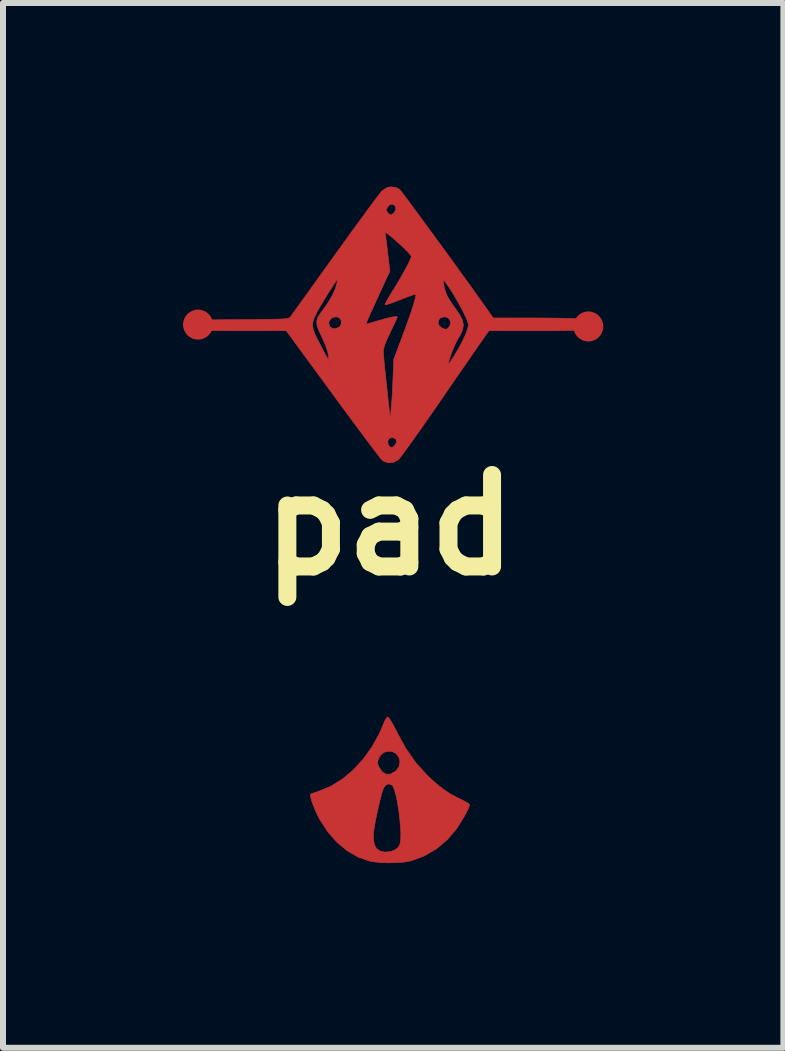
<source format=kicad_pcb>
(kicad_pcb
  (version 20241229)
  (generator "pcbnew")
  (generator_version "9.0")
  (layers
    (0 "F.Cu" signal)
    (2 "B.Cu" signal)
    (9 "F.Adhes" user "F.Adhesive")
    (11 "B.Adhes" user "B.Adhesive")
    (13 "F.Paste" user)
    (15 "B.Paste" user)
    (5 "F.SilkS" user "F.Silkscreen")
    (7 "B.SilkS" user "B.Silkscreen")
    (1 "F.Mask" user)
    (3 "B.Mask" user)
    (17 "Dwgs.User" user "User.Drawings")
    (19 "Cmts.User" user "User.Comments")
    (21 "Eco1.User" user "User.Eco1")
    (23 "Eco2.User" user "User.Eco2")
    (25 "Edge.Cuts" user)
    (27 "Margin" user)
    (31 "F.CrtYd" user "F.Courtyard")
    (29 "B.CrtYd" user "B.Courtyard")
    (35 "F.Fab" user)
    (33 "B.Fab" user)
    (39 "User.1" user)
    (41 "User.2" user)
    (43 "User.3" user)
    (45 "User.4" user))
  (footprint "pad"
    (layer "F.Cu")
    (at 3.444 5.7)
    (property "Reference" "pad" (at 0 0 0) (layer "F.SilkS") (effects (font (size 1.524 1.524) (thickness 0.3))))
    (attr through_hole)
    (fp_poly (pts (xy -0.013 3.214) (xy 0.02 3.264) (xy 0.062 3.338) (xy 0.11 3.429) (xy 0.123 3.455) (xy 0.269 3.722) (xy 0.432 3.955) (xy 0.619 4.164) (xy 0.66 4.203) (xy 0.785 4.316) (xy 0.897 4.405) (xy 1.01 4.479) (xy 1.137 4.547) (xy 1.175 4.565) (xy 1.248 4.602) (xy 1.303 4.634) (xy 1.331 4.657) (xy 1.333 4.661) (xy 1.324 4.688) (xy 1.3 4.743) (xy 1.264 4.815) (xy 1.249 4.844) (xy 1.116 5.059) (xy 0.958 5.244) (xy 0.777 5.396) (xy 0.577 5.513) (xy 0.36 5.593) (xy 0.346 5.597) (xy 0.242 5.615) (xy 0.111 5.625) (xy -0.031 5.628) (xy -0.169 5.622) (xy -0.289 5.609) (xy -0.333 5.6) (xy -0.527 5.532) (xy -0.711 5.425) (xy -0.882 5.283) (xy -0.922 5.237) (xy -0.271 5.237) (xy -0.255 5.328) (xy -0.219 5.391) (xy -0.16 5.432) (xy -0.074 5.45) (xy 0.022 5.439) (xy 0.101 5.405) (xy 0.144 5.368) (xy 0.171 5.316) (xy 0.184 5.241) (xy 0.186 5.137) (xy 0.182 5.059) (xy 0.169 4.906) (xy 0.151 4.758) (xy 0.13 4.622) (xy 0.105 4.504) (xy 0.08 4.412) (xy 0.055 4.352) (xy 0.041 4.334) (xy -0.012 4.312) (xy -0.062 4.329) (xy -0.102 4.383) (xy -0.108 4.399) (xy -0.132 4.471) (xy -0.159 4.574) (xy -0.188 4.695) (xy -0.216 4.822) (xy -0.241 4.944) (xy -0.259 5.049) (xy -0.267 5.113) (xy -0.271 5.237) (xy -0.922 5.237) (xy -1.034 5.109) (xy -1.165 4.907) (xy -1.196 4.848) (xy -1.239 4.755) (xy -1.276 4.665) (xy -1.304 4.584) (xy -1.319 4.522) (xy -1.32 4.489) (xy -1.318 4.486) (xy -1.29 4.472) (xy -1.235 4.452) (xy -1.18 4.434) (xy -0.981 4.352) (xy -0.788 4.232) (xy -0.606 4.079) (xy -0.479 3.94) (xy -0.201 3.94) (xy -0.199 3.982) (xy -0.177 4.037) (xy -0.176 4.039) (xy -0.121 4.116) (xy -0.056 4.153) (xy 0.017 4.148) (xy 0.096 4.102) (xy 0.111 4.089) (xy 0.157 4.023) (xy 0.17 3.948) (xy 0.155 3.875) (xy 0.114 3.815) (xy 0.052 3.776) (xy -0.000429 3.768) (xy -0.087 3.782) (xy -0.149 3.828) (xy -0.183 3.887) (xy -0.201 3.94) (xy -0.479 3.94) (xy -0.44 3.898) (xy -0.292 3.692) (xy -0.169 3.467) (xy -0.104 3.313) (xy -0.076 3.25) (xy -0.049 3.208) (xy -0.032 3.196) (xy -0.013 3.214)) (stroke (width 0.01) (type solid)) (fill yes) (layer "F.Cu"))
    (fp_poly (pts (xy 0.11 -5.623) (xy 0.165 -5.593) (xy 0.184 -5.571) (xy 0.225 -5.518) (xy 0.285 -5.437) (xy 0.363 -5.333) (xy 0.454 -5.209) (xy 0.558 -5.068) (xy 0.67 -4.915) (xy 0.789 -4.752) (xy 0.912 -4.584) (xy 1.036 -4.414) (xy 1.158 -4.244) (xy 1.277 -4.08) (xy 1.389 -3.925) (xy 1.491 -3.782) (xy 1.582 -3.654) (xy 1.617 -3.605) (xy 1.725 -3.452) (xy 2.43 -3.451) (xy 2.639 -3.45) (xy 2.817 -3.448) (xy 2.962 -3.445) (xy 3.072 -3.44) (xy 3.144 -3.435) (xy 3.176 -3.428) (xy 3.207 -3.391) (xy 3.217 -3.335) (xy 3.205 -3.282) (xy 3.192 -3.264) (xy 3.173 -3.257) (xy 3.129 -3.251) (xy 3.057 -3.246) (xy 2.955 -3.243) (xy 2.819 -3.24) (xy 2.648 -3.239) (xy 2.437 -3.239) (xy 2.411 -3.239) (xy 1.656 -3.239) (xy 1.604 -3.17) (xy 1.583 -3.14) (xy 1.54 -3.078) (xy 1.477 -2.989) (xy 1.398 -2.874) (xy 1.305 -2.739) (xy 1.199 -2.586) (xy 1.083 -2.418) (xy 0.96 -2.239) (xy 0.88 -2.122) (xy 0.754 -1.939) (xy 0.633 -1.765) (xy 0.52 -1.603) (xy 0.417 -1.458) (xy 0.327 -1.332) (xy 0.252 -1.229) (xy 0.195 -1.151) (xy 0.157 -1.104) (xy 0.145 -1.09) (xy 0.066 -1.047) (xy -0.019 -1.037) (xy -0.098 -1.062) (xy -0.129 -1.085) (xy -0.151 -1.11) (xy -0.194 -1.166) (xy -0.259 -1.251) (xy -0.341 -1.36) (xy -0.371 -1.4) (xy -0.032 -1.4) (xy -0.026 -1.345) (xy -0.019 -1.33) (xy 0.015 -1.296) (xy 0.056 -1.301) (xy 0.097 -1.344) (xy 0.116 -1.399) (xy 0.097 -1.44) (xy 0.046 -1.46) (xy 0.032 -1.46) (xy -0.011 -1.443) (xy -0.032 -1.4) (xy -0.371 -1.4) (xy -0.439 -1.491) (xy -0.55 -1.641) (xy -0.673 -1.806) (xy -0.804 -1.984) (xy -0.942 -2.172) (xy -0.952 -2.186) (xy -1.344 -2.72) (xy -1.016 -2.72) (xy -1.005 -2.709) (xy -0.995 -2.72) (xy -1.005 -2.731) (xy -1.016 -2.72) (xy -1.344 -2.72) (xy -1.724 -3.239) (xy -2.436 -3.239) (xy -2.637 -3.239) (xy -2.799 -3.239) (xy -2.927 -3.241) (xy -3.025 -3.245) (xy -3.096 -3.251) (xy -3.144 -3.26) (xy -3.175 -3.273) (xy -3.19 -3.291) (xy -3.196 -3.313) (xy -3.195 -3.329) (xy -1.286 -3.329) (xy -1.275 -3.264) (xy -1.247 -3.186) (xy -1.199 -3.085) (xy -1.162 -3.014) (xy -1.113 -2.919) (xy -1.07 -2.84) (xy -1.038 -2.783) (xy -1.02 -2.754) (xy -1.018 -2.752) (xy -1.016 -2.771) (xy -1.02 -2.818) (xy -1.023 -2.847) (xy -1.038 -2.907) (xy -1.068 -2.991) (xy -1.108 -3.085) (xy -1.134 -3.141) (xy -1.184 -3.248) (xy -1.212 -3.329) (xy -1.214 -3.365) (xy -1.016 -3.365) (xy -1 -3.309) (xy -0.957 -3.278) (xy -0.899 -3.274) (xy -0.837 -3.302) (xy -0.831 -3.307) (xy -0.808 -3.349) (xy -0.808 -3.351) (xy -0.395 -3.351) (xy -0.374 -3.354) (xy -0.323 -3.367) (xy -0.254 -3.388) (xy -0.253 -3.388) (xy -0.13 -3.424) (xy -0.025 -3.452) (xy 0.056 -3.469) (xy 0.109 -3.476) (xy 0.127 -3.471) (xy 0.118 -3.446) (xy 0.094 -3.391) (xy 0.058 -3.314) (xy 0.014 -3.223) (xy 0.011 -3.215) (xy -0.047 -3.093) (xy -0.084 -3) (xy -0.102 -2.929) (xy -0.106 -2.891) (xy -0.103 -2.845) (xy -0.097 -2.764) (xy -0.087 -2.656) (xy -0.074 -2.529) (xy -0.059 -2.389) (xy -0.053 -2.33) (xy -0.037 -2.191) (xy -0.024 -2.065) (xy -0.012 -1.959) (xy -0.003 -1.879) (xy 0.002 -1.831) (xy 0.003 -1.822) (xy 0.007 -1.805) (xy 0.012 -1.826) (xy 0.019 -1.878) (xy 0.026 -1.956) (xy 0.034 -2.056) (xy 0.042 -2.171) (xy 0.048 -2.297) (xy 0.052 -2.381) (xy 0.068 -2.762) (xy 0.223 -3.176) (xy 0.29 -3.36) (xy 0.292 -3.365) (xy 0.806 -3.365) (xy 0.83 -3.315) (xy 0.868 -3.287) (xy 0.917 -3.265) (xy 0.948 -3.265) (xy 0.977 -3.287) (xy 0.983 -3.293) (xy 1.013 -3.347) (xy 1.009 -3.403) (xy 0.977 -3.449) (xy 0.922 -3.471) (xy 0.912 -3.471) (xy 0.85 -3.456) (xy 0.814 -3.416) (xy 0.806 -3.365) (xy 0.292 -3.365) (xy 0.346 -3.518) (xy 0.389 -3.649) (xy 0.419 -3.75) (xy 0.435 -3.816) (xy 0.435 -3.847) (xy 0.435 -3.848) (xy 0.413 -3.844) (xy 0.36 -3.826) (xy 0.283 -3.798) (xy 0.191 -3.762) (xy 0.18 -3.757) (xy 0.085 -3.721) (xy 0.006 -3.692) (xy -0.051 -3.674) (xy -0.078 -3.669) (xy -0.078 -3.67) (xy -0.072 -3.691) (xy -0.047 -3.74) (xy -0.007 -3.811) (xy 0.045 -3.895) (xy 0.047 -3.899) (xy 0.121 -4.019) (xy 0.136 -4.044) (xy 0.893 -4.044) (xy 0.902 -3.993) (xy 0.917 -3.932) (xy 0.937 -3.87) (xy 0.957 -3.821) (xy 0.993 -3.758) (xy 1.043 -3.681) (xy 1.088 -3.619) (xy 1.165 -3.508) (xy 1.212 -3.416) (xy 1.228 -3.333) (xy 1.214 -3.251) (xy 1.172 -3.161) (xy 1.145 -3.117) (xy 1.114 -3.061) (xy 1.08 -2.989) (xy 1.046 -2.909) (xy 1.016 -2.829) (xy 0.994 -2.76) (xy 0.981 -2.71) (xy 0.983 -2.688) (xy 0.984 -2.688) (xy 0.998 -2.705) (xy 1.028 -2.749) (xy 1.07 -2.813) (xy 1.088 -2.842) (xy 1.157 -2.959) (xy 1.217 -3.075) (xy 1.266 -3.181) (xy 1.299 -3.27) (xy 1.312 -3.332) (xy 1.312 -3.337) (xy 1.301 -3.383) (xy 1.271 -3.457) (xy 1.227 -3.55) (xy 1.171 -3.656) (xy 1.11 -3.765) (xy 1.047 -3.871) (xy 0.986 -3.965) (xy 0.933 -4.041) (xy 0.904 -4.075) (xy 0.893 -4.074) (xy 0.893 -4.044) (xy 0.136 -4.044) (xy 0.19 -4.137) (xy 0.252 -4.247) (xy 0.303 -4.343) (xy 0.339 -4.418) (xy 0.358 -4.466) (xy 0.36 -4.477) (xy 0.345 -4.502) (xy 0.304 -4.549) (xy 0.243 -4.61) (xy 0.17 -4.679) (xy 0.091 -4.75) (xy 0.011 -4.817) (xy -0.002 -4.828) (xy -0.048 -4.863) (xy -0.07 -4.873) (xy -0.074 -4.86) (xy -0.071 -4.841) (xy -0.066 -4.803) (xy -0.057 -4.733) (xy -0.046 -4.639) (xy -0.033 -4.532) (xy -0.031 -4.514) (xy 0.003 -4.234) (xy -0.199 -3.795) (xy -0.256 -3.67) (xy -0.307 -3.558) (xy -0.348 -3.465) (xy -0.378 -3.396) (xy -0.393 -3.358) (xy -0.395 -3.351) (xy -0.808 -3.351) (xy -0.808 -3.403) (xy -0.83 -3.446) (xy -0.879 -3.47) (xy -0.936 -3.464) (xy -0.986 -3.433) (xy -1.014 -3.385) (xy -1.016 -3.365) (xy -1.214 -3.365) (xy -1.217 -3.395) (xy -1.199 -3.458) (xy -1.157 -3.527) (xy -1.108 -3.593) (xy -1.03 -3.703) (xy -0.962 -3.818) (xy -0.911 -3.926) (xy -0.882 -4.016) (xy -0.882 -4.016) (xy -0.875 -4.063) (xy -0.876 -4.085) (xy -0.877 -4.085) (xy -0.892 -4.068) (xy -0.923 -4.022) (xy -0.967 -3.955) (xy -1.019 -3.874) (xy -1.073 -3.786) (xy -1.126 -3.699) (xy -1.172 -3.621) (xy -1.207 -3.559) (xy -1.217 -3.539) (xy -1.256 -3.458) (xy -1.279 -3.391) (xy -1.286 -3.329) (xy -3.195 -3.329) (xy -3.194 -3.341) (xy -3.192 -3.359) (xy -3.186 -3.418) (xy -2.434 -3.425) (xy -2.236 -3.426) (xy -2.076 -3.428) (xy -1.95 -3.43) (xy -1.853 -3.432) (xy -1.782 -3.435) (xy -1.731 -3.44) (xy -1.697 -3.445) (xy -1.675 -3.453) (xy -1.661 -3.462) (xy -1.651 -3.474) (xy -1.649 -3.477) (xy -1.63 -3.503) (xy -1.59 -3.56) (xy -1.529 -3.644) (xy -1.45 -3.753) (xy -1.356 -3.884) (xy -1.249 -4.033) (xy -1.132 -4.198) (xy -1.005 -4.374) (xy -0.901 -4.519) (xy -0.768 -4.703) (xy -0.642 -4.878) (xy -0.524 -5.04) (xy -0.416 -5.187) (xy -0.362 -5.261) (xy -0.057 -5.261) (xy -0.053 -5.234) (xy -0.031 -5.206) (xy 0.003 -5.173) (xy 0.029 -5.17) (xy 0.065 -5.198) (xy 0.067 -5.2) (xy 0.101 -5.252) (xy 0.098 -5.305) (xy 0.08 -5.33) (xy 0.037 -5.354) (xy -0.006 -5.336) (xy -0.034 -5.302) (xy -0.057 -5.261) (xy -0.362 -5.261) (xy -0.322 -5.315) (xy -0.243 -5.421) (xy -0.182 -5.502) (xy -0.141 -5.554) (xy -0.125 -5.572) (xy -0.054 -5.615) (xy 0.029 -5.632) (xy 0.11 -5.623)) (stroke (width 0.01) (type solid)) (fill yes) (layer "F.Cu"))
    (fp_poly (pts (xy 0.17 -5.6) (xy 1.73 -3.46) (xy 1.65 -3.23) (xy 0.17 -1.11) (xy 0.09 -1.05) (xy 0.01 -1.04) (xy -0.02 -1.03) (xy -0.12 -1.07) (xy -0.27 -1.25) (xy -1.72 -3.23) (xy -1.64 -3.49) (xy -0.13 -5.58) (xy -0.09 -5.62) (xy -0.06 -5.64) (xy -0.03 -5.65) (xy 0.04 -5.65)) (stroke (width 0.1) (type solid)) (fill yes) (layer "F.Mask"))
    (fp_poly (pts (xy 0.14 3.49) (xy 0.51 4.05) (xy 0.8 4.34) (xy 1.32 4.61) (xy 1.35 4.67) (xy 1.16 5.02) (xy 0.82 5.38) (xy 0.45 5.59) (xy -0.08 5.66) (xy -0.39 5.6) (xy -0.69 5.45) (xy -0.91 5.28) (xy -1.11 5.03) (xy -1.31 4.6) (xy -1.3 4.47) (xy -0.74 4.2) (xy -0.33 3.75) (xy -0.05 3.19) (xy -0.04 3.19)) (stroke (width 0.1) (type solid)) (fill yes) (layer "F.Mask"))
    (pad "1" smd circle (at -3.194 -3.341) (size 0.5 0.5) (layers "F.Cu" "F.Mask" "F.Paste"))
    (pad "2" smd circle (at 0.02 -5.49) (size 0.3 0.3) (layers "F.Cu" "F.Mask" "F.Paste"))
    (pad "3" smd circle (at 3.31 -3.31) (size 0.5 0.5) (layers "F.Cu" "F.Mask" "F.Paste")))
  (gr_rect
    (start -3 -3)
    (end 10.004 14.41)
    (stroke (width 0.1) (type default))
    (fill no)
    (layer "Edge.Cuts")))
</source>
